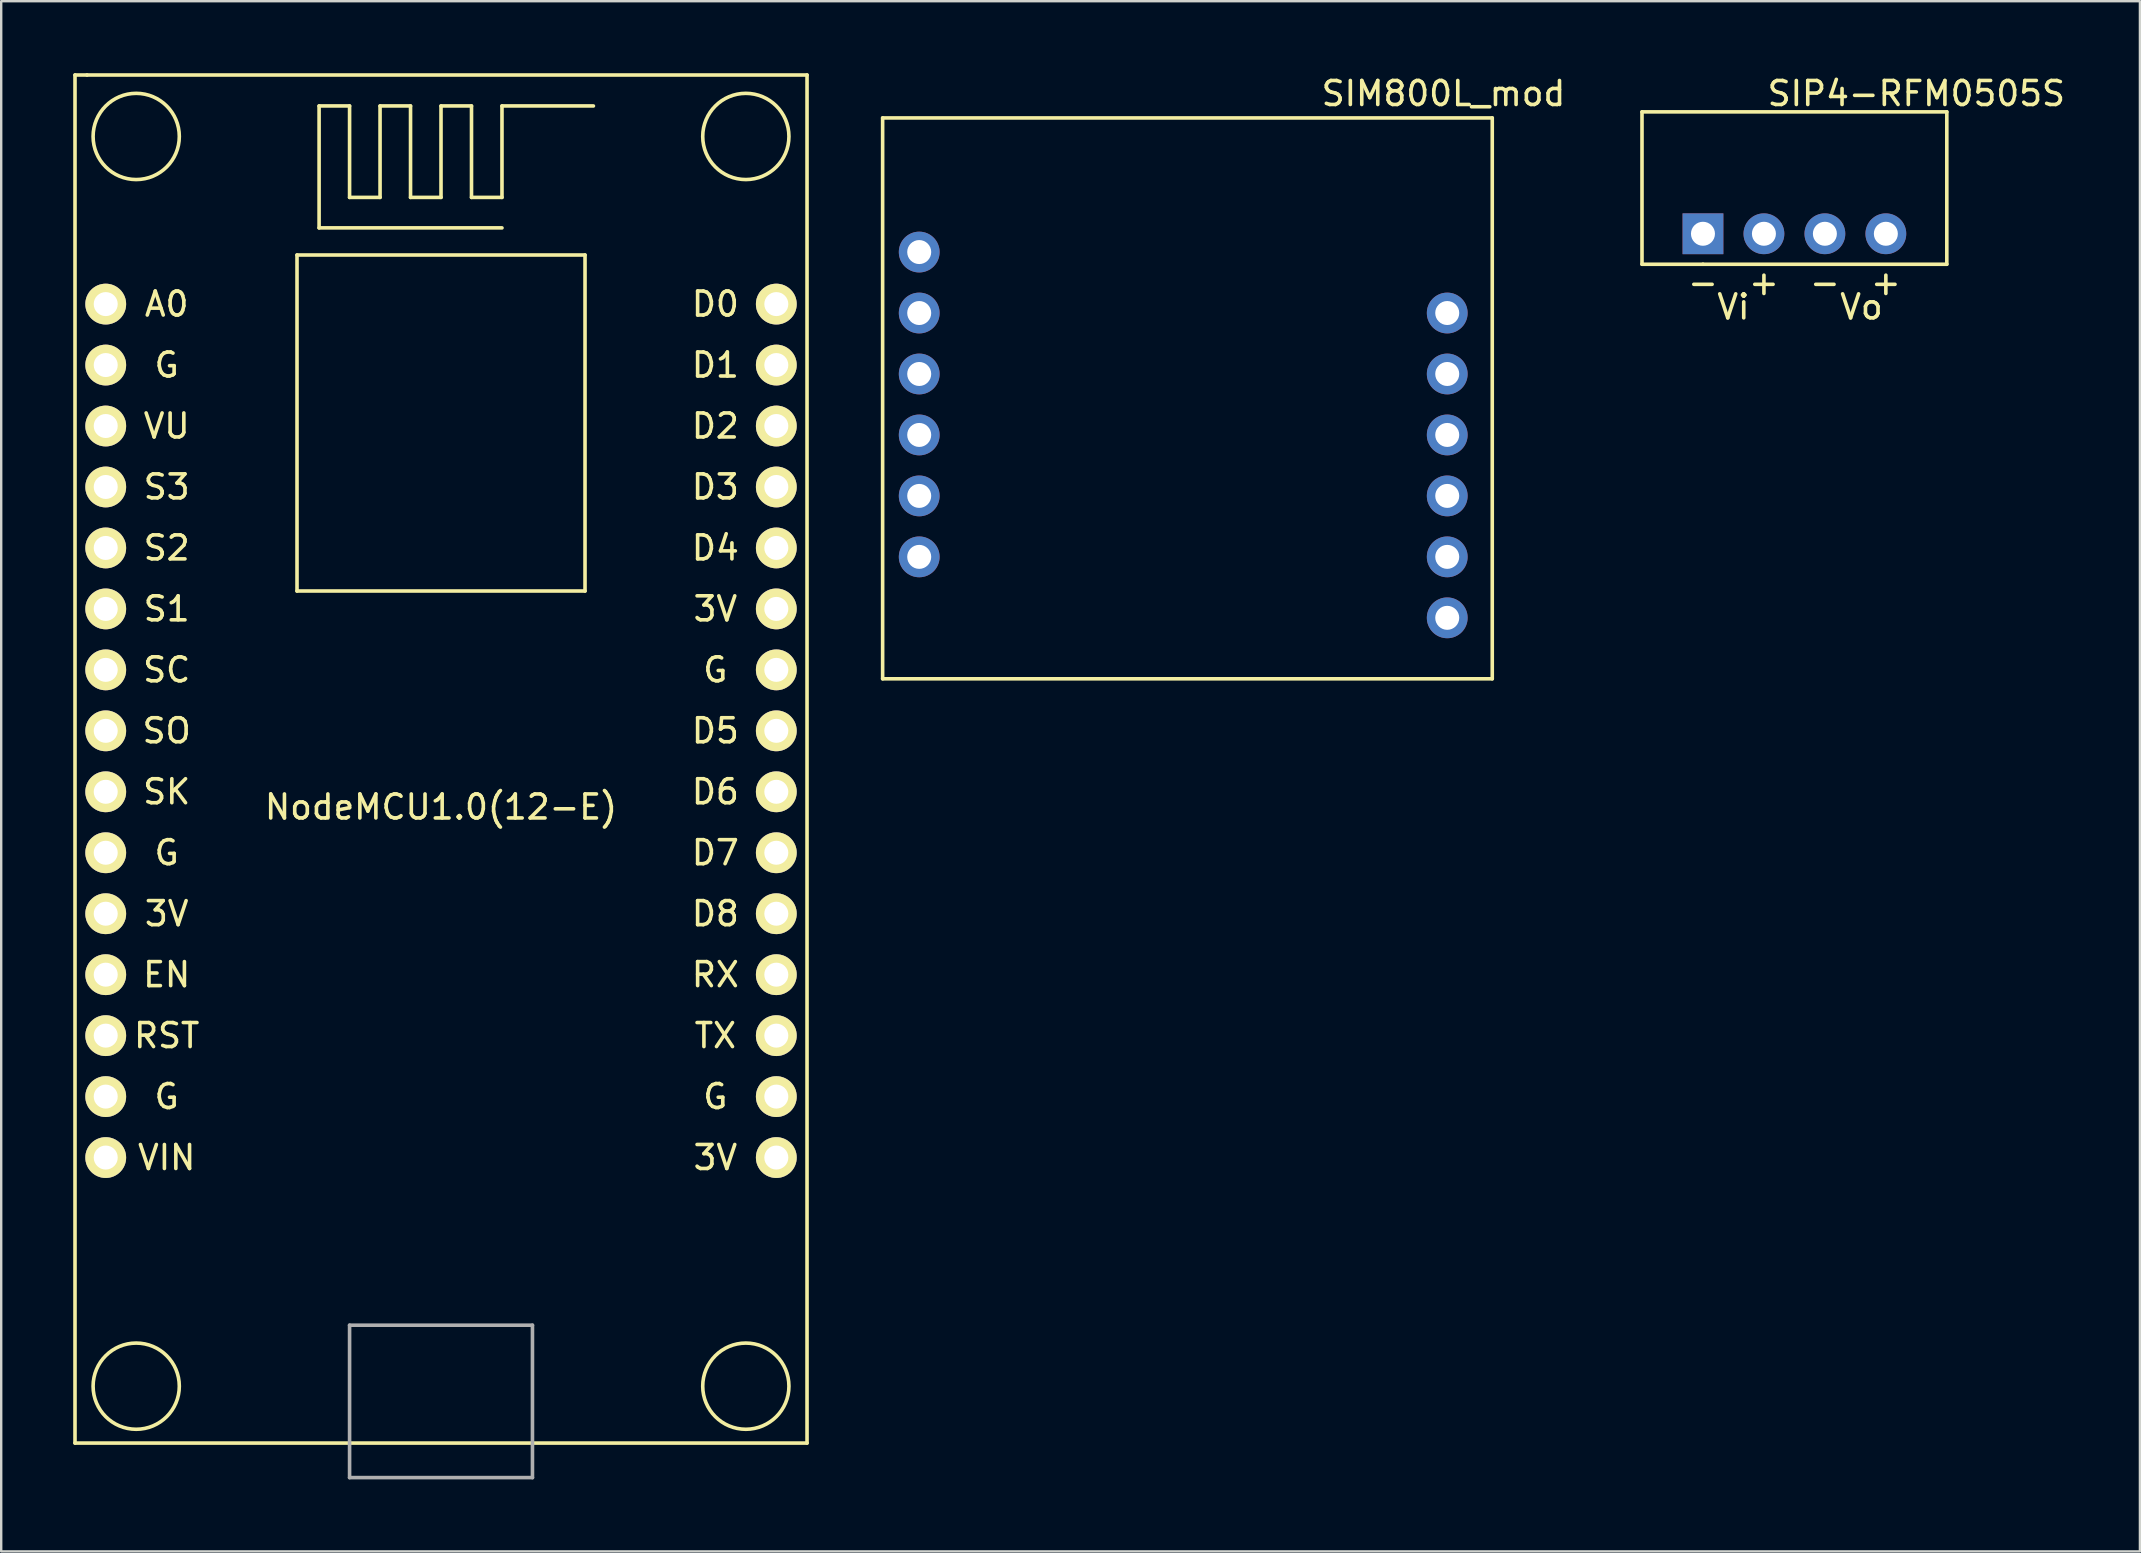
<source format=kicad_pcb>
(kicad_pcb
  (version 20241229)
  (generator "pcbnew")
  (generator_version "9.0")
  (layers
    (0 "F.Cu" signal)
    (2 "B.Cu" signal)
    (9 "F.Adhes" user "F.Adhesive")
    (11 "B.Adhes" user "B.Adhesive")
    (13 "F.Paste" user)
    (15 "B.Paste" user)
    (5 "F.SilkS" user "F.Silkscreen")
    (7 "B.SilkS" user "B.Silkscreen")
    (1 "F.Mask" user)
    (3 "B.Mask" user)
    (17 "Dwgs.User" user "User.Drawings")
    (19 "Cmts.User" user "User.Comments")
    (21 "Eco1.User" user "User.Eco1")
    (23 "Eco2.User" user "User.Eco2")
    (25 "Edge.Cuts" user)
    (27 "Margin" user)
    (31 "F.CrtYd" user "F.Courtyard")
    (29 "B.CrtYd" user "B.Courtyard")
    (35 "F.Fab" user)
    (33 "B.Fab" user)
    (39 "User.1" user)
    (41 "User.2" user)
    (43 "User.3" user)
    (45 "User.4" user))
  (footprint "NodeMCU1.0(12-E)"
    (layer "F.Cu")
    (at 15.325 30.575)
    (property "Reference" "NodeMCU1.0(12-E)" (at 0 0 0) (layer "F.SilkS") (effects (font (size 1 1) (thickness 0.15))))
    (attr through_hole)
    (fp_line (start -15.25 -30.5) (end -15.25 26.5) (stroke (width 0.15) (type solid)) (layer "F.SilkS"))
    (fp_line (start -15.25 26.5) (end 15.25 26.5) (stroke (width 0.15) (type solid)) (layer "F.SilkS"))
    (fp_line (start -14.75 -30.5) (end -15.25 -30.5) (stroke (width 0.15) (type solid)) (layer "F.SilkS"))
    (fp_line (start -6 -23) (end 6 -23) (stroke (width 0.15) (type solid)) (layer "F.SilkS"))
    (fp_line (start -6 -9) (end -6 -23) (stroke (width 0.15) (type solid)) (layer "F.SilkS"))
    (fp_line (start -5.08 -29.21) (end -3.81 -29.21) (stroke (width 0.15) (type solid)) (layer "F.SilkS"))
    (fp_line (start -5.08 -24.13) (end -5.08 -29.21) (stroke (width 0.15) (type solid)) (layer "F.SilkS"))
    (fp_line (start -3.81 -29.21) (end -3.81 -25.4) (stroke (width 0.15) (type solid)) (layer "F.SilkS"))
    (fp_line (start -3.81 -25.4) (end -2.54 -25.4) (stroke (width 0.15) (type solid)) (layer "F.SilkS"))
    (fp_line (start -2.54 -29.21) (end -1.27 -29.21) (stroke (width 0.15) (type solid)) (layer "F.SilkS"))
    (fp_line (start -2.54 -25.4) (end -2.54 -29.21) (stroke (width 0.15) (type solid)) (layer "F.SilkS"))
    (fp_line (start -1.27 -29.21) (end -1.27 -25.4) (stroke (width 0.15) (type solid)) (layer "F.SilkS"))
    (fp_line (start -1.27 -25.4) (end 0 -25.4) (stroke (width 0.15) (type solid)) (layer "F.SilkS"))
    (fp_line (start 0 -29.21) (end 1.27 -29.21) (stroke (width 0.15) (type solid)) (layer "F.SilkS"))
    (fp_line (start 0 -25.4) (end 0 -29.21) (stroke (width 0.15) (type solid)) (layer "F.SilkS"))
    (fp_line (start 1.27 -29.21) (end 1.27 -25.4) (stroke (width 0.15) (type solid)) (layer "F.SilkS"))
    (fp_line (start 1.27 -25.4) (end 2.54 -25.4) (stroke (width 0.15) (type solid)) (layer "F.SilkS"))
    (fp_line (start 2.54 -29.21) (end 6.35 -29.21) (stroke (width 0.15) (type solid)) (layer "F.SilkS"))
    (fp_line (start 2.54 -25.4) (end 2.54 -29.21) (stroke (width 0.15) (type solid)) (layer "F.SilkS"))
    (fp_line (start 2.54 -24.13) (end -5.08 -24.13) (stroke (width 0.15) (type solid)) (layer "F.SilkS"))
    (fp_line (start 6 -23) (end 6 -9) (stroke (width 0.15) (type solid)) (layer "F.SilkS"))
    (fp_line (start 6 -9) (end -6 -9) (stroke (width 0.15) (type solid)) (layer "F.SilkS"))
    (fp_line (start 15.25 -30.5) (end -14.75 -30.5) (stroke (width 0.15) (type solid)) (layer "F.SilkS"))
    (fp_line (start 15.25 26.5) (end 15.25 -30.5) (stroke (width 0.15) (type solid)) (layer "F.SilkS"))
    (fp_circle (center -12.7 -27.94) (end -11.43 -29.21) (stroke (width 0.15) (type solid)) (fill no) (layer "F.SilkS"))
    (fp_circle (center -12.7 24.13) (end -11.43 22.86) (stroke (width 0.15) (type solid)) (fill no) (layer "F.SilkS"))
    (fp_circle (center 12.7 -27.94) (end 13.97 -29.21) (stroke (width 0.15) (type solid)) (fill no) (layer "F.SilkS"))
    (fp_circle (center 12.7 24.13) (end 13.97 22.86) (stroke (width 0.15) (type solid)) (fill no) (layer "F.SilkS"))
    (fp_line (start -3.81 21.59) (end -3.81 27.94) (stroke (width 0.15) (type solid)) (layer "F.Fab"))
    (fp_line (start -3.81 27.94) (end 3.81 27.94) (stroke (width 0.15) (type solid)) (layer "F.Fab"))
    (fp_line (start 3.81 21.59) (end -3.81 21.59) (stroke (width 0.15) (type solid)) (layer "F.Fab"))
    (fp_line (start 3.81 27.94) (end 3.81 21.59) (stroke (width 0.15) (type solid)) (layer "F.Fab"))
    (fp_text user "VIN" (at -11.43 14.605 0) (layer "F.SilkS") (effects (font (size 1 1) (thickness 0.15))))
    (fp_text user "VU" (at -11.43 -15.875 0) (layer "F.SilkS") (effects (font (size 1 1) (thickness 0.15))))
    (fp_text user "D8" (at 11.43 4.445 0) (layer "F.SilkS") (effects (font (size 1 1) (thickness 0.15))))
    (fp_text user "SO" (at -11.43 -3.175 0) (layer "F.SilkS") (effects (font (size 1 1) (thickness 0.15))))
    (fp_text user "D0" (at 11.43 -20.955 0) (layer "F.SilkS") (effects (font (size 1 1) (thickness 0.15))))
    (fp_text user "3V" (at 11.43 14.605 0) (layer "F.SilkS") (effects (font (size 1 1) (thickness 0.15))))
    (fp_text user "G" (at 11.43 -5.715 0) (layer "F.SilkS") (effects (font (size 1 1) (thickness 0.15))))
    (fp_text user "S2" (at -11.43 -10.795 0) (layer "F.SilkS") (effects (font (size 1 1) (thickness 0.15))))
    (fp_text user "D1" (at 11.43 -18.415 0) (layer "F.SilkS") (effects (font (size 1 1) (thickness 0.15))))
    (fp_text user "D6" (at 11.43 -0.635 0) (layer "F.SilkS") (effects (font (size 1 1) (thickness 0.15))))
    (fp_text user "RX" (at 11.43 6.985 0) (layer "F.SilkS") (effects (font (size 1 1) (thickness 0.15))))
    (fp_text user "3V" (at 11.43 -8.255 0) (layer "F.SilkS") (effects (font (size 1 1) (thickness 0.15))))
    (fp_text user "RST" (at -11.43 9.525 0) (layer "F.SilkS") (effects (font (size 1 1) (thickness 0.15))))
    (fp_text user "A0" (at -11.43 -20.955 0) (layer "F.SilkS") (effects (font (size 1 1) (thickness 0.15))))
    (fp_text user "3V" (at -11.43 4.445 0) (layer "F.SilkS") (effects (font (size 1 1) (thickness 0.15))))
    (fp_text user "D3" (at 11.43 -13.335 0) (layer "F.SilkS") (effects (font (size 1 1) (thickness 0.15))))
    (fp_text user "G" (at -11.43 -18.415 0) (layer "F.SilkS") (effects (font (size 1 1) (thickness 0.15))))
    (fp_text user "G" (at -11.43 1.905 0) (layer "F.SilkS") (effects (font (size 1 1) (thickness 0.15))))
    (fp_text user "D2" (at 11.43 -15.875 0) (layer "F.SilkS") (effects (font (size 1 1) (thickness 0.15))))
    (fp_text user "EN" (at -11.43 6.985 0) (layer "F.SilkS") (effects (font (size 1 1) (thickness 0.15))))
    (fp_text user "D4" (at 11.43 -10.795 0) (layer "F.SilkS") (effects (font (size 1 1) (thickness 0.15))))
    (fp_text user "SK" (at -11.43 -0.635 0) (layer "F.SilkS") (effects (font (size 1 1) (thickness 0.15))))
    (fp_text user "D5" (at 11.43 -3.175 0) (layer "F.SilkS") (effects (font (size 1 1) (thickness 0.15))))
    (fp_text user "G" (at -11.43 12.065 0) (layer "F.SilkS") (effects (font (size 1 1) (thickness 0.15))))
    (fp_text user "S3" (at -11.43 -13.335 0) (layer "F.SilkS") (effects (font (size 1 1) (thickness 0.15))))
    (fp_text user "G" (at 11.43 12.065 0) (layer "F.SilkS") (effects (font (size 1 1) (thickness 0.15))))
    (fp_text user "SC" (at -11.43 -5.715 0) (layer "F.SilkS") (effects (font (size 1 1) (thickness 0.15))))
    (fp_text user "TX" (at 11.43 9.525 0) (layer "F.SilkS") (effects (font (size 1 1) (thickness 0.15))))
    (fp_text user "S1" (at -11.43 -8.255 0) (layer "F.SilkS") (effects (font (size 1 1) (thickness 0.15))))
    (fp_text user "D7" (at 11.43 1.905 0) (layer "F.SilkS") (effects (font (size 1 1) (thickness 0.15))))
    (pad "1" thru_hole circle (at -13.97 -20.955) (size 1.7 1.7) (drill 1) (layers "*.Cu" "*.Mask" "F.SilkS"))
    (pad "2" thru_hole circle (at -13.97 -18.415) (size 1.7 1.7) (drill 1) (layers "*.Cu" "*.Mask" "F.SilkS"))
    (pad "3" thru_hole circle (at -13.97 -15.875) (size 1.7 1.7) (drill 1) (layers "*.Cu" "*.Mask" "F.SilkS"))
    (pad "4" thru_hole circle (at -13.97 -13.335) (size 1.7 1.7) (drill 1) (layers "*.Cu" "*.Mask" "F.SilkS"))
    (pad "5" thru_hole circle (at -13.97 -10.795) (size 1.7 1.7) (drill 1) (layers "*.Cu" "*.Mask" "F.SilkS"))
    (pad "6" thru_hole circle (at -13.97 -8.255) (size 1.7 1.7) (drill 1) (layers "*.Cu" "*.Mask" "F.SilkS"))
    (pad "7" thru_hole circle (at -13.97 -5.715) (size 1.7 1.7) (drill 1) (layers "*.Cu" "*.Mask" "F.SilkS"))
    (pad "8" thru_hole circle (at -13.97 -3.175) (size 1.7 1.7) (drill 1) (layers "*.Cu" "*.Mask" "F.SilkS"))
    (pad "9" thru_hole circle (at -13.97 -0.635) (size 1.7 1.7) (drill 1) (layers "*.Cu" "*.Mask" "F.SilkS"))
    (pad "10" thru_hole circle (at -13.97 1.905) (size 1.7 1.7) (drill 1) (layers "*.Cu" "*.Mask" "F.SilkS"))
    (pad "11" thru_hole circle (at -13.97 4.445) (size 1.7 1.7) (drill 1) (layers "*.Cu" "*.Mask" "F.SilkS"))
    (pad "12" thru_hole circle (at -13.97 6.985) (size 1.7 1.7) (drill 1) (layers "*.Cu" "*.Mask" "F.SilkS"))
    (pad "13" thru_hole circle (at -13.97 9.525) (size 1.7 1.7) (drill 1) (layers "*.Cu" "*.Mask" "F.SilkS"))
    (pad "14" thru_hole circle (at -13.97 12.065) (size 1.7 1.7) (drill 1) (layers "*.Cu" "*.Mask" "F.SilkS"))
    (pad "15" thru_hole circle (at -13.97 14.605) (size 1.7 1.7) (drill 1) (layers "*.Cu" "*.Mask" "F.SilkS"))
    (pad "16" thru_hole circle (at 13.97 14.605) (size 1.7 1.7) (drill 1) (layers "*.Cu" "*.Mask" "F.SilkS"))
    (pad "17" thru_hole circle (at 13.97 12.065) (size 1.7 1.7) (drill 1) (layers "*.Cu" "*.Mask" "F.SilkS"))
    (pad "18" thru_hole circle (at 13.97 9.525) (size 1.7 1.7) (drill 1) (layers "*.Cu" "*.Mask" "F.SilkS"))
    (pad "19" thru_hole circle (at 13.97 6.985) (size 1.7 1.7) (drill 1) (layers "*.Cu" "*.Mask" "F.SilkS"))
    (pad "20" thru_hole circle (at 13.97 4.445) (size 1.7 1.7) (drill 1) (layers "*.Cu" "*.Mask" "F.SilkS"))
    (pad "21" thru_hole circle (at 13.97 1.905) (size 1.7 1.7) (drill 1) (layers "*.Cu" "*.Mask" "F.SilkS"))
    (pad "22" thru_hole circle (at 13.97 -0.635) (size 1.7 1.7) (drill 1) (layers "*.Cu" "*.Mask" "F.SilkS"))
    (pad "23" thru_hole circle (at 13.97 -3.175) (size 1.7 1.7) (drill 1) (layers "*.Cu" "*.Mask" "F.SilkS"))
    (pad "24" thru_hole circle (at 13.97 -5.715) (size 1.7 1.7) (drill 1) (layers "*.Cu" "*.Mask" "F.SilkS"))
    (pad "25" thru_hole circle (at 13.97 -8.255) (size 1.7 1.7) (drill 1) (layers "*.Cu" "*.Mask" "F.SilkS"))
    (pad "26" thru_hole circle (at 13.97 -10.795) (size 1.7 1.7) (drill 1) (layers "*.Cu" "*.Mask" "F.SilkS"))
    (pad "27" thru_hole circle (at 13.97 -13.335) (size 1.7 1.7) (drill 1) (layers "*.Cu" "*.Mask" "F.SilkS"))
    (pad "28" thru_hole circle (at 13.97 -15.875) (size 1.7 1.7) (drill 1) (layers "*.Cu" "*.Mask" "F.SilkS"))
    (pad "29" thru_hole circle (at 13.97 -18.415) (size 1.7 1.7) (drill 1) (layers "*.Cu" "*.Mask" "F.SilkS"))
    (pad "30" thru_hole circle (at 13.97 -20.955) (size 1.7 1.7) (drill 1) (layers "*.Cu" "*.Mask" "F.SilkS")))
  (footprint "SIP4-RFM0505S"
    (layer "F.Cu")
    (at 67.904 6.69)
    (property "Reference" "SIP4-RFM0505S" (at 8.89 -5.842 0) (layer "F.SilkS") (effects (font (size 1 1) (thickness 0.15))))
    (attr through_hole)
    (fp_line (start -2.54 -5.08) (end 10.16 -5.08) (stroke (width 0.15) (type solid)) (layer "F.SilkS"))
    (fp_line (start -2.54 1.27) (end -2.54 -5.08) (stroke (width 0.15) (type solid)) (layer "F.SilkS"))
    (fp_line (start 0 1.27) (end -2.54 1.27) (stroke (width 0.15) (type solid)) (layer "F.SilkS"))
    (fp_line (start 10.16 -5.08) (end 10.16 1.27) (stroke (width 0.15) (type solid)) (layer "F.SilkS"))
    (fp_line (start 10.16 1.27) (end 0 1.27) (stroke (width 0.15) (type solid)) (layer "F.SilkS"))
    (fp_text user "-" (at 5.08 2.032 0) (layer "F.SilkS") (effects (font (size 1 1) (thickness 0.15))))
    (fp_text user "Vi" (at 1.27 3.048 0) (layer "F.SilkS") (effects (font (size 1 1) (thickness 0.15))))
    (fp_text user "+" (at 2.54 2.032 0) (layer "F.SilkS") (effects (font (size 1 1) (thickness 0.15))))
    (fp_text user "-" (at 0 2.032 0) (layer "F.SilkS") (effects (font (size 1 1) (thickness 0.15))))
    (fp_text user "Vo" (at 6.604 3.048 0) (layer "F.SilkS") (effects (font (size 1 1) (thickness 0.15))))
    (fp_text user "+" (at 7.62 2.032 0) (layer "F.SilkS") (effects (font (size 1 1) (thickness 0.15))))
    (pad "1" thru_hole rect (at 0 0) (size 1.7 1.7) (drill 1) (layers "*.Cu" "*.Mask"))
    (pad "2" thru_hole circle (at 2.54 0) (size 1.7 1.7) (drill 1) (layers "*.Cu" "*.Mask"))
    (pad "3" thru_hole circle (at 5.08 0) (size 1.7 1.7) (drill 1) (layers "*.Cu" "*.Mask"))
    (pad "4" thru_hole circle (at 7.62 0) (size 1.7 1.7) (drill 1) (layers "*.Cu" "*.Mask")))
  (footprint "SIM800L_mod"
    (layer "F.Cu")
    (at 35.249 7.452)
    (property "Reference" "SIM800L_mod" (at 21.844 -6.604 0) (layer "F.SilkS") (effects (font (size 1 1) (thickness 0.15))))
    (attr through_hole)
    (fp_line (start -1.524 -5.588) (end 23.876 -5.588) (stroke (width 0.15) (type solid)) (layer "F.SilkS"))
    (fp_line (start -1.524 17.78) (end -1.524 -5.588) (stroke (width 0.15) (type solid)) (layer "F.SilkS"))
    (fp_line (start 23.876 -5.588) (end 23.876 17.78) (stroke (width 0.15) (type solid)) (layer "F.SilkS"))
    (fp_line (start 23.876 17.78) (end -1.524 17.78) (stroke (width 0.15) (type solid)) (layer "F.SilkS"))
    (pad "1" thru_hole circle (at 0 0) (size 1.7 1.7) (drill 1) (layers "*.Cu" "*.Mask"))
    (pad "2" thru_hole circle (at 0 2.54) (size 1.7 1.7) (drill 1) (layers "*.Cu" "*.Mask"))
    (pad "3" thru_hole circle (at 0 5.08) (size 1.7 1.7) (drill 1) (layers "*.Cu" "*.Mask"))
    (pad "4" thru_hole circle (at 0 7.62) (size 1.7 1.7) (drill 1) (layers "*.Cu" "*.Mask"))
    (pad "5" thru_hole circle (at 0 10.16) (size 1.7 1.7) (drill 1) (layers "*.Cu" "*.Mask"))
    (pad "6" thru_hole circle (at 0 12.7) (size 1.7 1.7) (drill 1) (layers "*.Cu" "*.Mask"))
    (pad "7" thru_hole circle (at 22 15.24) (size 1.7 1.7) (drill 1) (layers "*.Cu" "*.Mask"))
    (pad "8" thru_hole circle (at 22 12.7) (size 1.7 1.7) (drill 1) (layers "*.Cu" "*.Mask"))
    (pad "9" thru_hole circle (at 22 10.16) (size 1.7 1.7) (drill 1) (layers "*.Cu" "*.Mask"))
    (pad "10" thru_hole circle (at 22 7.62) (size 1.7 1.7) (drill 1) (layers "*.Cu" "*.Mask"))
    (pad "11" thru_hole circle (at 22 5.08) (size 1.7 1.7) (drill 1) (layers "*.Cu" "*.Mask"))
    (pad "12" thru_hole circle (at 22 2.54) (size 1.7 1.7) (drill 1) (layers "*.Cu" "*.Mask")))
  (gr_rect
    (start -3 -3)
    (end 86.11 61.59)
    (stroke (width 0.1) (type default))
    (fill no)
    (layer "Edge.Cuts")))
</source>
